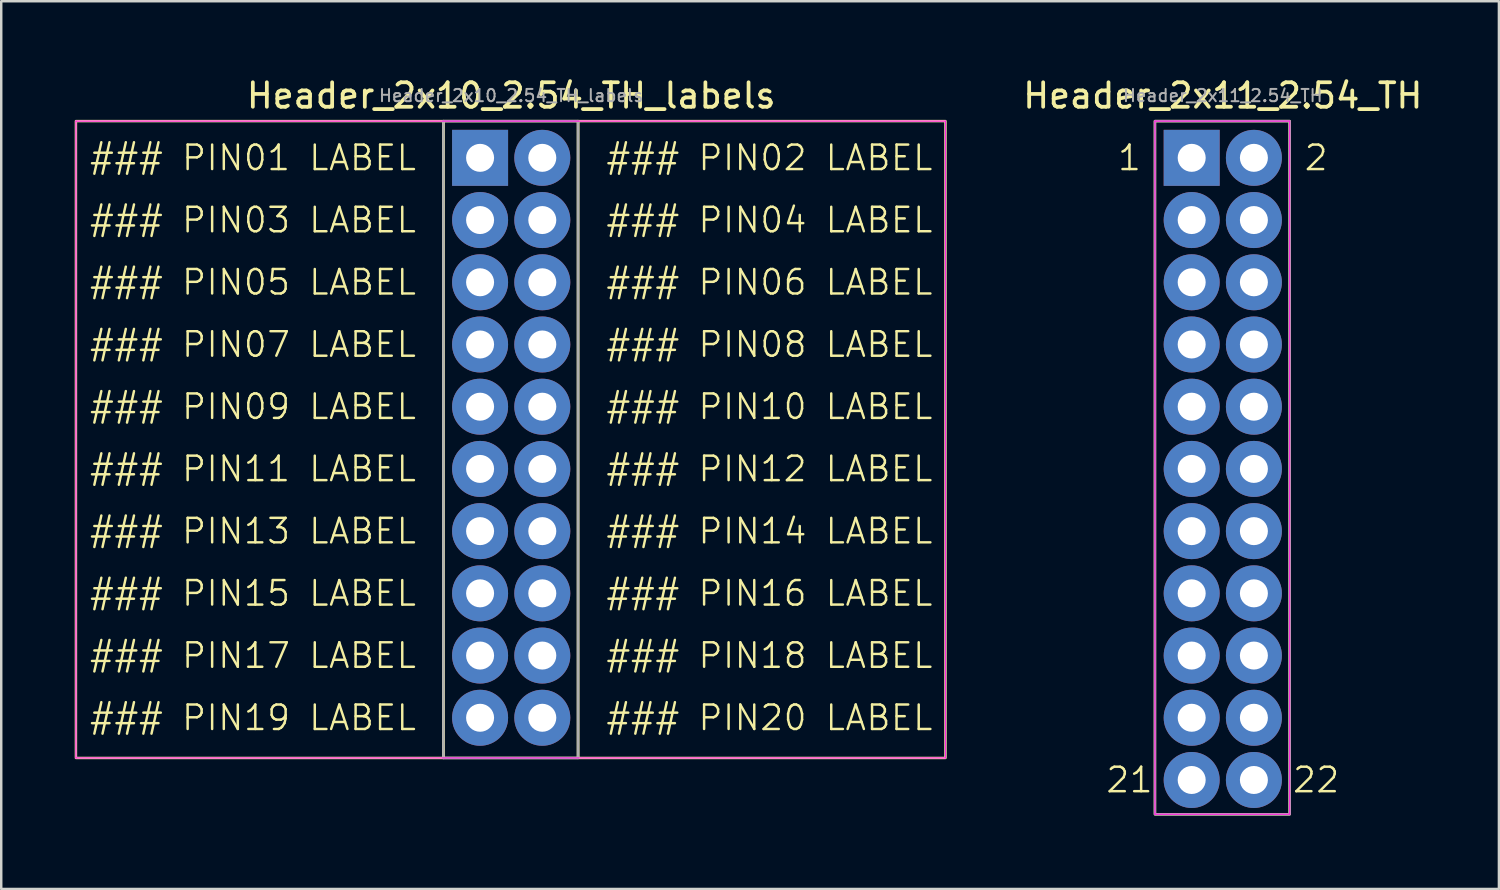
<source format=kicad_pcb>
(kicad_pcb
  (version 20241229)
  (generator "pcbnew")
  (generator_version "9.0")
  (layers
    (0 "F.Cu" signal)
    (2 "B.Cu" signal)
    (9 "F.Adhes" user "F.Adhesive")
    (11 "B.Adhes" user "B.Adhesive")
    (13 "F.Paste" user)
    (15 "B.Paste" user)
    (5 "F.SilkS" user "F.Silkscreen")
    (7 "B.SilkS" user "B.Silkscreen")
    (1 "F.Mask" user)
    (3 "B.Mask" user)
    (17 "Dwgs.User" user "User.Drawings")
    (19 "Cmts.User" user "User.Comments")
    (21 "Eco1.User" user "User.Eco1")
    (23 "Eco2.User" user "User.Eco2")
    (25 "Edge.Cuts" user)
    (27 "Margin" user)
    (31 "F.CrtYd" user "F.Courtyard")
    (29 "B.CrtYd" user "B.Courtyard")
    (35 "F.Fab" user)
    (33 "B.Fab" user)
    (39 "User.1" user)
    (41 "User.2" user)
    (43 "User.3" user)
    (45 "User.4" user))
  (footprint "Header_2x11_2.54_TH"
    (layer "F.Cu")
    (at 45.602 3.394)
    (property "Reference" "Header_2x11_2.54_TH" (at 1.27 -2.54 0) (layer "F.SilkS") (effects (font (size 1 1) (thickness 0.153))))
    (attr through_hole)
    (fp_rect (start -1.5 -1.5) (end 4 26.8) (stroke (width 0.1) (type default)) (fill no) (layer "F.SilkS"))
    (fp_line (start -1.5 -1.5) (end 4 -1.5) (stroke (width 0.05) (type default)) (layer "F.CrtYd"))
    (fp_line (start -1.5 26.8) (end -1.5 -1.5) (stroke (width 0.05) (type default)) (layer "F.CrtYd"))
    (fp_line (start 4 -1.5) (end 4 26.8) (stroke (width 0.05) (type default)) (layer "F.CrtYd"))
    (fp_line (start 4 26.8) (end -1.5 26.8) (stroke (width 0.05) (type default)) (layer "F.CrtYd"))
    (fp_rect (start -1.5 -1.5) (end 4 26.8) (stroke (width 0.1) (type default)) (fill no) (layer "F.Fab"))
    (fp_text user "21" (at -2.54 25.4 0) (unlocked yes) (layer "F.SilkS") (effects (font (size 1 1) (thickness 0.1))))
    (fp_text user "22" (at 5.08 25.4 0) (unlocked yes) (layer "F.SilkS") (effects (font (size 1 1) (thickness 0.1))))
    (fp_text user "2" (at 5.08 0 0) (unlocked yes) (layer "F.SilkS") (effects (font (size 1 1) (thickness 0.1))))
    (fp_text user "1" (at -2.54 0 0) (unlocked yes) (layer "F.SilkS") (effects (font (size 1 1) (thickness 0.1))))
    (fp_text user "${REFERENCE}" (at 1.27 -2.54 0) (layer "F.Fab") (effects (font (size 0.5 0.5) (thickness 0.08))))
    (pad "1" thru_hole rect (at 0 0) (size 2.286 2.286) (drill 1.143) (layers "*.Cu" "*.Mask"))
    (pad "2" thru_hole circle (at 2.54 0) (size 2.286 2.286) (drill 1.143) (layers "*.Cu" "*.Mask"))
    (pad "3" thru_hole circle (at 0 2.54) (size 2.286 2.286) (drill 1.143) (layers "*.Cu" "*.Mask"))
    (pad "4" thru_hole circle (at 2.54 2.54) (size 2.286 2.286) (drill 1.143) (layers "*.Cu" "*.Mask"))
    (pad "5" thru_hole circle (at 0 5.08) (size 2.286 2.286) (drill 1.143) (layers "*.Cu" "*.Mask"))
    (pad "6" thru_hole circle (at 2.54 5.08) (size 2.286 2.286) (drill 1.143) (layers "*.Cu" "*.Mask"))
    (pad "7" thru_hole circle (at 0 7.62) (size 2.286 2.286) (drill 1.143) (layers "*.Cu" "*.Mask"))
    (pad "8" thru_hole circle (at 2.54 7.62) (size 2.286 2.286) (drill 1.143) (layers "*.Cu" "*.Mask"))
    (pad "9" thru_hole circle (at 0 10.16) (size 2.286 2.286) (drill 1.143) (layers "*.Cu" "*.Mask"))
    (pad "10" thru_hole circle (at 2.54 10.16) (size 2.286 2.286) (drill 1.143) (layers "*.Cu" "*.Mask"))
    (pad "11" thru_hole circle (at 0 12.7) (size 2.286 2.286) (drill 1.143) (layers "*.Cu" "*.Mask"))
    (pad "12" thru_hole circle (at 2.54 12.7) (size 2.286 2.286) (drill 1.143) (layers "*.Cu" "*.Mask"))
    (pad "13" thru_hole circle (at 0 15.24) (size 2.286 2.286) (drill 1.143) (layers "*.Cu" "*.Mask"))
    (pad "14" thru_hole circle (at 2.54 15.24) (size 2.286 2.286) (drill 1.143) (layers "*.Cu" "*.Mask"))
    (pad "15" thru_hole circle (at 0 17.78) (size 2.286 2.286) (drill 1.143) (layers "*.Cu" "*.Mask"))
    (pad "16" thru_hole circle (at 2.54 17.78) (size 2.286 2.286) (drill 1.143) (layers "*.Cu" "*.Mask"))
    (pad "17" thru_hole circle (at 0 20.32) (size 2.286 2.286) (drill 1.143) (layers "*.Cu" "*.Mask"))
    (pad "18" thru_hole circle (at 2.54 20.32) (size 2.286 2.286) (drill 1.143) (layers "*.Cu" "*.Mask"))
    (pad "19" thru_hole circle (at 0 22.86) (size 2.286 2.286) (drill 1.143) (layers "*.Cu" "*.Mask"))
    (pad "20" thru_hole circle (at 2.54 22.86) (size 2.286 2.286) (drill 1.143) (layers "*.Cu" "*.Mask"))
    (pad "21" thru_hole circle (at 0 25.4) (size 2.286 2.286) (drill 1.143) (layers "*.Cu" "*.Mask"))
    (pad "22" thru_hole circle (at 2.54 25.4) (size 2.286 2.286) (drill 1.143) (layers "*.Cu" "*.Mask")))
  (footprint "Header_2x10_2.54_TH_labels"
    (layer "F.Cu")
    (at 16.55 3.394)
    (property "Reference" "Header_2x10_2.54_TH_labels" (at 1.27 -2.54 0) (layer "F.SilkS") (effects (font (size 1 1) (thickness 0.153))))
    (attr through_hole)
    (fp_rect (start -16.5 -1.5) (end -1.5 24.5) (stroke (width 0.1) (type default)) (fill no) (layer "F.SilkS"))
    (fp_rect (start -1.5 -1.5) (end 4 24.5) (stroke (width 0.1) (type default)) (fill no) (layer "F.SilkS"))
    (fp_rect (start 4 -1.5) (end 19 24.5) (stroke (width 0.1) (type default)) (fill no) (layer "F.SilkS"))
    (fp_line (start -16.5 -1.5) (end 19 -1.5) (stroke (width 0.05) (type default)) (layer "F.CrtYd"))
    (fp_line (start -16.5 24.5) (end -16.5 -1.5) (stroke (width 0.05) (type default)) (layer "F.CrtYd"))
    (fp_line (start 19 -1.5) (end 19 24.5) (stroke (width 0.05) (type default)) (layer "F.CrtYd"))
    (fp_line (start 19 24.5) (end -16.5 24.5) (stroke (width 0.05) (type default)) (layer "F.CrtYd"))
    (fp_rect (start -1.5 -1.5) (end 4 24.5) (stroke (width 0.1) (type default)) (fill no) (layer "F.Fab"))
    (fp_text user "### PIN12 LABEL" (at 5.08 12.7 0) (unlocked yes) (layer "F.SilkS") (effects (font (size 1 1) (thickness 0.1)) (justify left)))
    (fp_text user "### PIN18 LABEL" (at 5.08 20.32 0) (unlocked yes) (layer "F.SilkS") (effects (font (size 1 1) (thickness 0.1)) (justify left)))
    (fp_text user "### PIN07 LABEL" (at -2.54 7.62 0) (unlocked yes) (layer "F.SilkS") (effects (font (size 1 1) (thickness 0.1)) (justify right)))
    (fp_text user "### PIN08 LABEL" (at 5.08 7.62 0) (unlocked yes) (layer "F.SilkS") (effects (font (size 1 1) (thickness 0.1)) (justify left)))
    (fp_text user "### PIN01 LABEL" (at -2.54 0 0) (unlocked yes) (layer "F.SilkS") (effects (font (size 1 1) (thickness 0.1)) (justify right)))
    (fp_text user "### PIN14 LABEL" (at 5.08 15.24 0) (unlocked yes) (layer "F.SilkS") (effects (font (size 1 1) (thickness 0.1)) (justify left)))
    (fp_text user "### PIN06 LABEL" (at 5.08 5.08 0) (unlocked yes) (layer "F.SilkS") (effects (font (size 1 1) (thickness 0.1)) (justify left)))
    (fp_text user "### PIN16 LABEL" (at 5.08 17.78 0) (unlocked yes) (layer "F.SilkS") (effects (font (size 1 1) (thickness 0.1)) (justify left)))
    (fp_text user "### PIN04 LABEL" (at 5.08 2.54 0) (unlocked yes) (layer "F.SilkS") (effects (font (size 1 1) (thickness 0.1)) (justify left)))
    (fp_text user "### PIN19 LABEL" (at -2.54 22.86 0) (unlocked yes) (layer "F.SilkS") (effects (font (size 1 1) (thickness 0.1)) (justify right)))
    (fp_text user "### PIN05 LABEL" (at -2.54 5.08 0) (unlocked yes) (layer "F.SilkS") (effects (font (size 1 1) (thickness 0.1)) (justify right)))
    (fp_text user "### PIN09 LABEL" (at -2.54 10.16 0) (unlocked yes) (layer "F.SilkS") (effects (font (size 1 1) (thickness 0.1)) (justify right)))
    (fp_text user "### PIN03 LABEL" (at -2.54 2.54 0) (unlocked yes) (layer "F.SilkS") (effects (font (size 1 1) (thickness 0.1)) (justify right)))
    (fp_text user "### PIN15 LABEL" (at -2.54 17.78 0) (unlocked yes) (layer "F.SilkS") (effects (font (size 1 1) (thickness 0.1)) (justify right)))
    (fp_text user "### PIN20 LABEL" (at 5.08 22.86 0) (unlocked yes) (layer "F.SilkS") (effects (font (size 1 1) (thickness 0.1)) (justify left)))
    (fp_text user "### PIN11 LABEL" (at -2.54 12.7 0) (unlocked yes) (layer "F.SilkS") (effects (font (size 1 1) (thickness 0.1)) (justify right)))
    (fp_text user "### PIN10 LABEL" (at 5.08 10.16 0) (unlocked yes) (layer "F.SilkS") (effects (font (size 1 1) (thickness 0.1)) (justify left)))
    (fp_text user "### PIN13 LABEL" (at -2.54 15.24 0) (unlocked yes) (layer "F.SilkS") (effects (font (size 1 1) (thickness 0.1)) (justify right)))
    (fp_text user "### PIN02 LABEL" (at 5.08 0 0) (unlocked yes) (layer "F.SilkS") (effects (font (size 1 1) (thickness 0.1)) (justify left)))
    (fp_text user "### PIN17 LABEL" (at -2.54 20.32 0) (unlocked yes) (layer "F.SilkS") (effects (font (size 1 1) (thickness 0.1)) (justify right)))
    (fp_text user "${REFERENCE}" (at 1.27 -2.54 0) (layer "F.Fab") (effects (font (size 0.5 0.5) (thickness 0.08))))
    (pad "1" thru_hole rect (at 0 0) (size 2.286 2.286) (drill 1.143) (layers "*.Cu" "*.Mask"))
    (pad "2" thru_hole circle (at 2.54 0) (size 2.286 2.286) (drill 1.143) (layers "*.Cu" "*.Mask"))
    (pad "3" thru_hole circle (at 0 2.54) (size 2.286 2.286) (drill 1.143) (layers "*.Cu" "*.Mask"))
    (pad "4" thru_hole circle (at 2.54 2.54) (size 2.286 2.286) (drill 1.143) (layers "*.Cu" "*.Mask"))
    (pad "5" thru_hole circle (at 0 5.08) (size 2.286 2.286) (drill 1.143) (layers "*.Cu" "*.Mask"))
    (pad "6" thru_hole circle (at 2.54 5.08) (size 2.286 2.286) (drill 1.143) (layers "*.Cu" "*.Mask"))
    (pad "7" thru_hole circle (at 0 7.62) (size 2.286 2.286) (drill 1.143) (layers "*.Cu" "*.Mask"))
    (pad "8" thru_hole circle (at 2.54 7.62) (size 2.286 2.286) (drill 1.143) (layers "*.Cu" "*.Mask"))
    (pad "9" thru_hole circle (at 0 10.16) (size 2.286 2.286) (drill 1.143) (layers "*.Cu" "*.Mask"))
    (pad "10" thru_hole circle (at 2.54 10.16) (size 2.286 2.286) (drill 1.143) (layers "*.Cu" "*.Mask"))
    (pad "11" thru_hole circle (at 0 12.7) (size 2.286 2.286) (drill 1.143) (layers "*.Cu" "*.Mask"))
    (pad "12" thru_hole circle (at 2.54 12.7) (size 2.286 2.286) (drill 1.143) (layers "*.Cu" "*.Mask"))
    (pad "13" thru_hole circle (at 0 15.24) (size 2.286 2.286) (drill 1.143) (layers "*.Cu" "*.Mask"))
    (pad "14" thru_hole circle (at 2.54 15.24) (size 2.286 2.286) (drill 1.143) (layers "*.Cu" "*.Mask"))
    (pad "15" thru_hole circle (at 0 17.78) (size 2.286 2.286) (drill 1.143) (layers "*.Cu" "*.Mask"))
    (pad "16" thru_hole circle (at 2.54 17.78) (size 2.286 2.286) (drill 1.143) (layers "*.Cu" "*.Mask"))
    (pad "17" thru_hole circle (at 0 20.32) (size 2.286 2.286) (drill 1.143) (layers "*.Cu" "*.Mask"))
    (pad "18" thru_hole circle (at 2.54 20.32) (size 2.286 2.286) (drill 1.143) (layers "*.Cu" "*.Mask"))
    (pad "19" thru_hole circle (at 0 22.86) (size 2.286 2.286) (drill 1.143) (layers "*.Cu" "*.Mask"))
    (pad "20" thru_hole circle (at 2.54 22.86) (size 2.286 2.286) (drill 1.143) (layers "*.Cu" "*.Mask")))
  (gr_rect
    (start -3 -3)
    (end 58.145 33.244)
    (stroke (width 0.1) (type default))
    (fill no)
    (layer "Edge.Cuts")))
</source>
